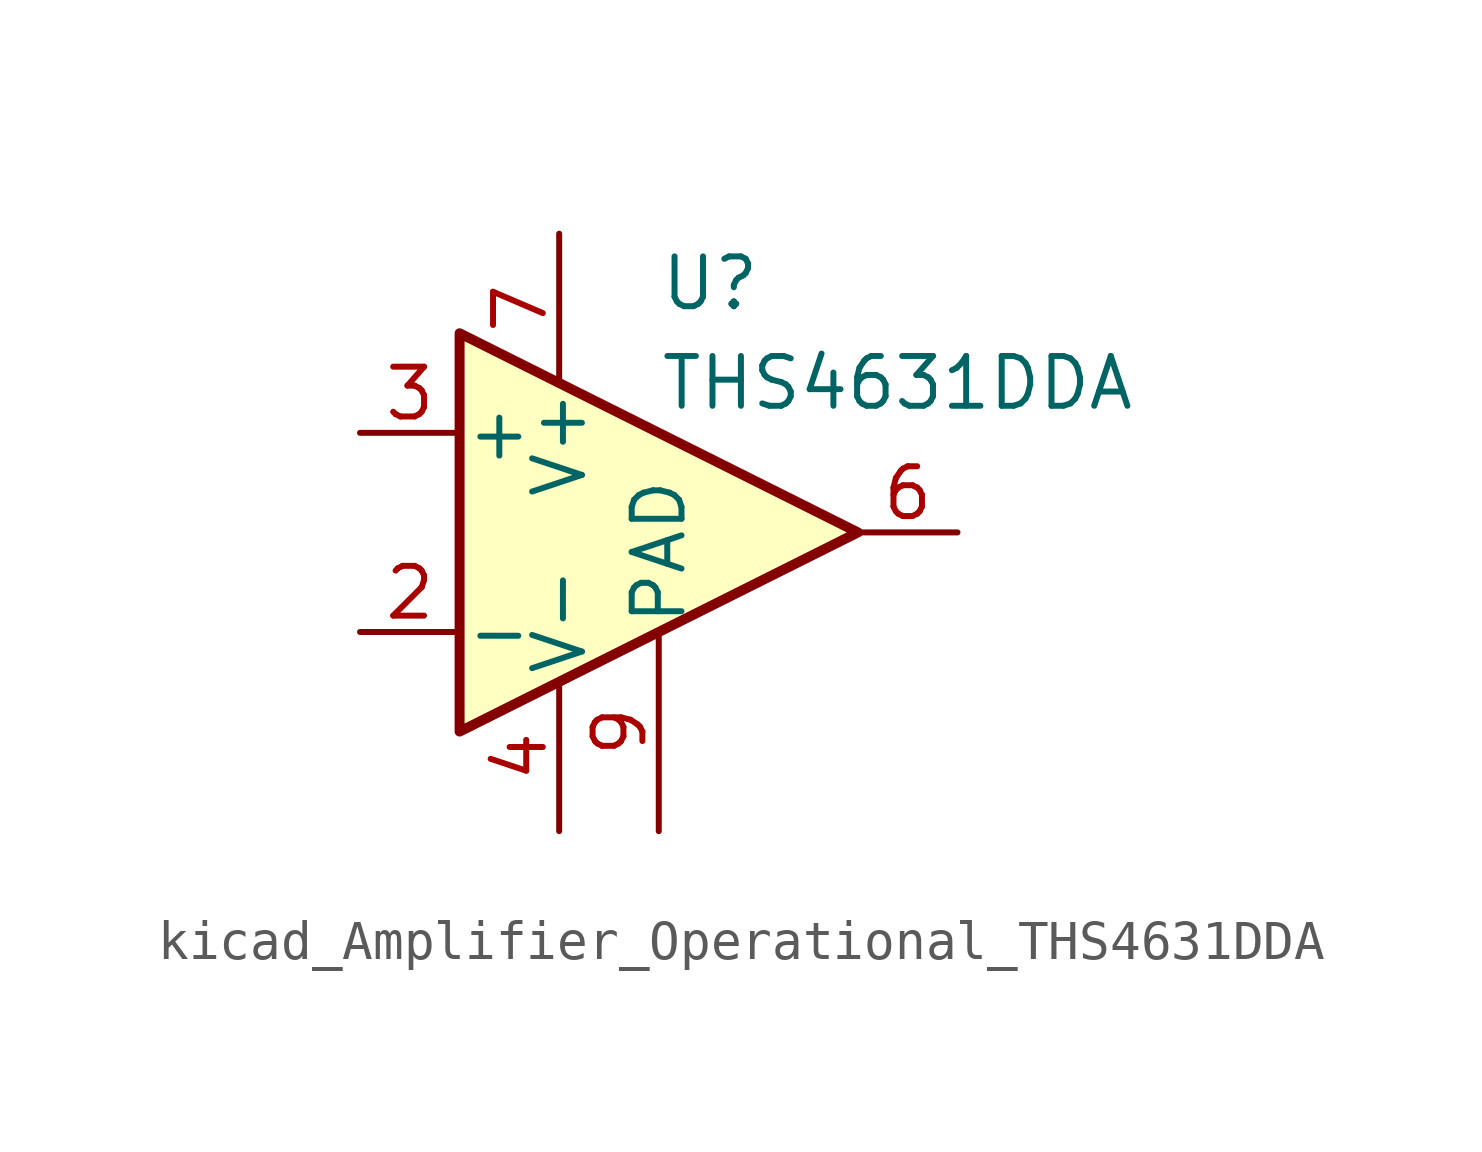
<source format=kicad_sym>
(kicad_symbol_lib
  (version 20220914)
  (generator kicad_symbol_editor)
  (symbol "kicad_Amplifier_Operational_THS4631DDA"
    (pin_names
      (offset 0.127))
    (property "Reference" "U"
      (at 0 6.35 0)
      (effects (font (size 1.27 1.27)) (justify left)))
    (property "Value" "THS4631DDA"
      (at 0 3.81 0)
      (effects (font (size 1.27 1.27)) (justify left)))
    (symbol "kicad_Amplifier_Operational_THS4631DDA_0_1"
      (polyline (pts (xy -5.08 5.08) (xy 5.08 0) (xy -5.08 -5.08) (xy -5.08 5.08)) (stroke (width 0.254) (type default)) (fill (type background))))
    (symbol "kicad_Amplifier_Operational_THS4631DDA_1_1"
      (pin no_connect line (at -2.54 2.54 270) (length 2.54) hide (name "NC" (effects (font (size 1.27 1.27)))) (number "1" (effects (font (size 1.27 1.27)))))
      (pin input line (at -7.62 -2.54 0) (length 2.54) (name "-" (effects (font (size 1.27 1.27)))) (number "2" (effects (font (size 1.27 1.27)))))
      (pin input line (at -7.62 2.54 0) (length 2.54) (name "+" (effects (font (size 1.27 1.27)))) (number "3" (effects (font (size 1.27 1.27)))))
      (pin power_in line (at -2.54 -7.62 90) (length 3.81) (name "V-" (effects (font (size 1.27 1.27)))) (number "4" (effects (font (size 1.27 1.27)))))
      (pin no_connect line (at 0 2.54 270) (length 2.54) hide (name "NC" (effects (font (size 1.27 1.27)))) (number "5" (effects (font (size 1.27 1.27)))))
      (pin output line (at 7.62 0 180) (length 2.54) (name "~" (effects (font (size 1.27 1.27)))) (number "6" (effects (font (size 1.27 1.27)))))
      (pin power_in line (at -2.54 7.62 270) (length 3.81) (name "V+" (effects (font (size 1.27 1.27)))) (number "7" (effects (font (size 1.27 1.27)))))
      (pin no_connect line (at 0 -2.54 90) (length 2.54) hide (name "NC" (effects (font (size 1.27 1.27)))) (number "8" (effects (font (size 1.27 1.27)))))
      (pin passive line (at 0 -7.62 90) (length 5.08) (name "PAD" (effects (font (size 1.27 1.27)))) (number "9" (effects (font (size 1.27 1.27))))))))
</source>
